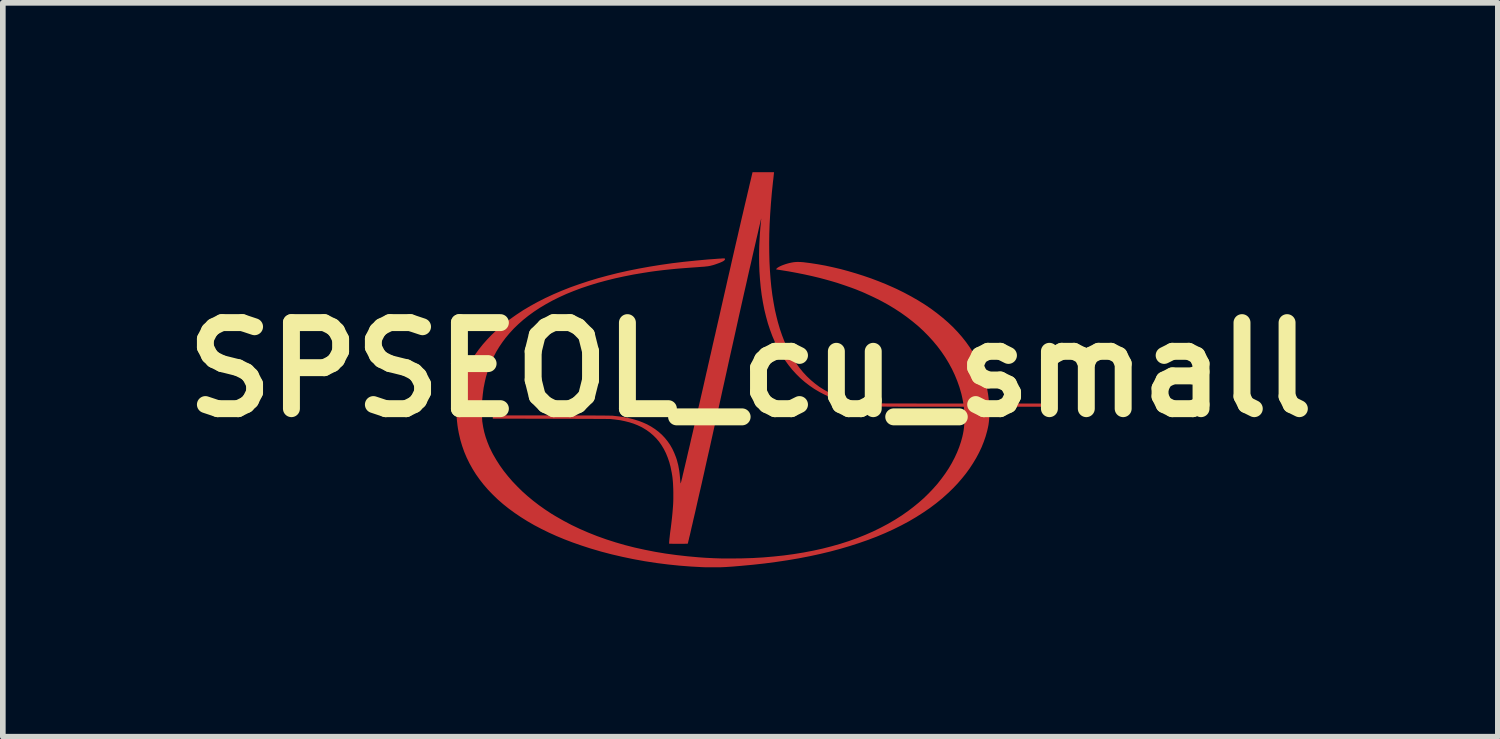
<source format=kicad_pcb>
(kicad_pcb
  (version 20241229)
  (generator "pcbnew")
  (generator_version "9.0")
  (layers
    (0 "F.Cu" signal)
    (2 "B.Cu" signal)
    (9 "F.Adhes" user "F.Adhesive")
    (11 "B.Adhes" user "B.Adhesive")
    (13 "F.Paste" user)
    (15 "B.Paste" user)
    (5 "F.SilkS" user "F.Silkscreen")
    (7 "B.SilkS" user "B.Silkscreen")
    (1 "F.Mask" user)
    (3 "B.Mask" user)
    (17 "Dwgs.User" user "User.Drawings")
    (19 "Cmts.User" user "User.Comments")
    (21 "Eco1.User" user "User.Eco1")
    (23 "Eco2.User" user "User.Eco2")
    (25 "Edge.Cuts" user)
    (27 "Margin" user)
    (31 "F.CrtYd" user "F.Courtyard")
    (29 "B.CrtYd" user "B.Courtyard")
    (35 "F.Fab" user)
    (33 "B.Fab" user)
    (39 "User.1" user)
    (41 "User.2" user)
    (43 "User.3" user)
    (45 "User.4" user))
  (footprint "SPSEOL_cu_small"
    (layer "F.Cu")
    (at 10.24 3.499)
    (property "Reference" "SPSEOL_cu_small" (at 0 0 0) (layer "F.SilkS") (effects (font (size 1.524 1.524) (thickness 0.3))))
    (attr board_only exclude_from_pos_files exclude_from_bom)
    (fp_poly (pts (xy 0.325 -3.499) (xy 0.351 -3.499) (xy 0.374 -3.499) (xy 0.393 -3.499) (xy 0.407 -3.499) (xy 0.417 -3.498) (xy 0.42 -3.498) (xy 0.42 -3.498) (xy 0.42 -3.494) (xy 0.419 -3.485) (xy 0.417 -3.471) (xy 0.415 -3.452) (xy 0.413 -3.43) (xy 0.41 -3.404) (xy 0.407 -3.375) (xy 0.403 -3.344) (xy 0.401 -3.326) (xy 0.381 -3.134) (xy 0.365 -2.946) (xy 0.352 -2.763) (xy 0.342 -2.584) (xy 0.336 -2.41) (xy 0.334 -2.24) (xy 0.335 -2.076) (xy 0.339 -1.915) (xy 0.347 -1.76) (xy 0.358 -1.61) (xy 0.372 -1.465) (xy 0.39 -1.324) (xy 0.412 -1.189) (xy 0.436 -1.059) (xy 0.465 -0.934) (xy 0.489 -0.84) (xy 0.524 -0.721) (xy 0.563 -0.607) (xy 0.605 -0.499) (xy 0.651 -0.396) (xy 0.701 -0.297) (xy 0.754 -0.204) (xy 0.81 -0.116) (xy 0.871 -0.033) (xy 0.934 0.044) (xy 1.002 0.117) (xy 1.073 0.184) (xy 1.147 0.246) (xy 1.225 0.304) (xy 1.306 0.355) (xy 1.391 0.402) (xy 1.48 0.444) (xy 1.572 0.48) (xy 1.598 0.489) (xy 1.66 0.509) (xy 1.722 0.527) (xy 1.784 0.543) (xy 1.847 0.556) (xy 1.914 0.568) (xy 1.983 0.578) (xy 2.058 0.587) (xy 2.092 0.59) (xy 2.099 0.591) (xy 2.106 0.591) (xy 2.113 0.592) (xy 2.121 0.592) (xy 2.129 0.593) (xy 2.138 0.593) (xy 2.148 0.594) (xy 2.159 0.594) (xy 2.172 0.594) (xy 2.187 0.595) (xy 2.203 0.595) (xy 2.222 0.595) (xy 2.244 0.596) (xy 2.268 0.596) (xy 2.295 0.596) (xy 2.326 0.596) (xy 2.36 0.596) (xy 2.398 0.597) (xy 2.44 0.597) (xy 2.486 0.597) (xy 2.537 0.597) (xy 2.592 0.597) (xy 2.652 0.597) (xy 2.718 0.597) (xy 2.789 0.597) (xy 2.866 0.597) (xy 2.949 0.598) (xy 2.967 0.598) (xy 3.773 0.599) (xy 3.771 0.585) (xy 3.768 0.568) (xy 3.764 0.547) (xy 3.759 0.522) (xy 3.754 0.497) (xy 3.748 0.471) (xy 3.743 0.448) (xy 3.738 0.428) (xy 3.736 0.42) (xy 3.704 0.309) (xy 3.665 0.199) (xy 3.621 0.092) (xy 3.571 -0.014) (xy 3.515 -0.117) (xy 3.454 -0.218) (xy 3.387 -0.317) (xy 3.315 -0.413) (xy 3.237 -0.507) (xy 3.154 -0.598) (xy 3.066 -0.687) (xy 2.973 -0.773) (xy 2.874 -0.855) (xy 2.771 -0.935) (xy 2.663 -1.012) (xy 2.549 -1.086) (xy 2.432 -1.156) (xy 2.341 -1.206) (xy 2.294 -1.231) (xy 2.244 -1.256) (xy 2.191 -1.282) (xy 2.136 -1.308) (xy 2.081 -1.333) (xy 2.027 -1.358) (xy 1.974 -1.381) (xy 1.924 -1.401) (xy 1.878 -1.42) (xy 1.857 -1.428) (xy 1.787 -1.454) (xy 1.721 -1.477) (xy 1.658 -1.499) (xy 1.598 -1.519) (xy 1.538 -1.539) (xy 1.478 -1.557) (xy 1.416 -1.575) (xy 1.352 -1.593) (xy 1.225 -1.627) (xy 1.092 -1.659) (xy 0.955 -1.689) (xy 0.815 -1.717) (xy 0.673 -1.743) (xy 0.597 -1.755) (xy 0.568 -1.76) (xy 0.541 -1.764) (xy 0.517 -1.768) (xy 0.496 -1.771) (xy 0.479 -1.774) (xy 0.466 -1.776) (xy 0.458 -1.777) (xy 0.456 -1.778) (xy 0.457 -1.78) (xy 0.461 -1.786) (xy 0.467 -1.794) (xy 0.468 -1.795) (xy 0.482 -1.807) (xy 0.501 -1.819) (xy 0.526 -1.832) (xy 0.554 -1.845) (xy 0.585 -1.857) (xy 0.619 -1.869) (xy 0.655 -1.88) (xy 0.692 -1.89) (xy 0.73 -1.898) (xy 0.764 -1.904) (xy 0.791 -1.907) (xy 0.823 -1.909) (xy 0.858 -1.909) (xy 0.895 -1.908) (xy 0.932 -1.905) (xy 0.943 -1.904) (xy 1.069 -1.888) (xy 1.198 -1.868) (xy 1.33 -1.844) (xy 1.464 -1.815) (xy 1.6 -1.783) (xy 1.736 -1.746) (xy 1.872 -1.706) (xy 2.007 -1.663) (xy 2.141 -1.617) (xy 2.273 -1.567) (xy 2.402 -1.515) (xy 2.527 -1.46) (xy 2.591 -1.431) (xy 2.723 -1.366) (xy 2.85 -1.298) (xy 2.972 -1.228) (xy 3.088 -1.156) (xy 3.199 -1.081) (xy 3.304 -1.003) (xy 3.404 -0.923) (xy 3.499 -0.841) (xy 3.588 -0.757) (xy 3.671 -0.67) (xy 3.749 -0.581) (xy 3.821 -0.49) (xy 3.887 -0.397) (xy 3.948 -0.302) (xy 4.003 -0.205) (xy 4.052 -0.105) (xy 4.095 -0.004) (xy 4.132 0.099) (xy 4.157 0.179) (xy 4.173 0.24) (xy 4.188 0.304) (xy 4.2 0.369) (xy 4.211 0.432) (xy 4.219 0.493) (xy 4.221 0.514) (xy 4.223 0.535) (xy 4.225 0.554) (xy 4.226 0.57) (xy 4.228 0.582) (xy 4.229 0.59) (xy 4.229 0.591) (xy 4.23 0.598) (xy 5.208 0.598) (xy 5.208 0.655) (xy 4.232 0.655) (xy 4.233 0.744) (xy 4.233 0.797) (xy 4.232 0.846) (xy 4.229 0.891) (xy 4.224 0.934) (xy 4.218 0.978) (xy 4.209 1.023) (xy 4.198 1.071) (xy 4.194 1.088) (xy 4.167 1.183) (xy 4.134 1.278) (xy 4.096 1.373) (xy 4.051 1.468) (xy 4.001 1.562) (xy 3.945 1.655) (xy 3.885 1.747) (xy 3.819 1.838) (xy 3.748 1.926) (xy 3.672 2.014) (xy 3.592 2.098) (xy 3.507 2.181) (xy 3.502 2.185) (xy 3.4 2.277) (xy 3.292 2.365) (xy 3.179 2.45) (xy 3.06 2.531) (xy 2.936 2.61) (xy 2.807 2.686) (xy 2.672 2.758) (xy 2.533 2.827) (xy 2.388 2.893) (xy 2.238 2.956) (xy 2.083 3.015) (xy 1.922 3.071) (xy 1.757 3.124) (xy 1.587 3.174) (xy 1.411 3.221) (xy 1.231 3.264) (xy 1.046 3.304) (xy 0.855 3.341) (xy 0.66 3.374) (xy 0.46 3.404) (xy 0.255 3.431) (xy 0.046 3.454) (xy -0.169 3.474) (xy -0.299 3.485) (xy -0.338 3.488) (xy -0.371 3.49) (xy -0.4 3.492) (xy -0.426 3.494) (xy -0.45 3.495) (xy -0.471 3.496) (xy -0.493 3.497) (xy -0.515 3.498) (xy -0.538 3.498) (xy -0.564 3.498) (xy -0.593 3.498) (xy -0.627 3.499) (xy -0.66 3.499) (xy -0.693 3.499) (xy -0.726 3.499) (xy -0.757 3.498) (xy -0.786 3.498) (xy -0.811 3.498) (xy -0.832 3.497) (xy -0.843 3.497) (xy -1.049 3.486) (xy -1.255 3.47) (xy -1.459 3.449) (xy -1.663 3.423) (xy -1.865 3.392) (xy -2.064 3.356) (xy -2.261 3.315) (xy -2.455 3.27) (xy -2.646 3.22) (xy -2.833 3.165) (xy -2.836 3.164) (xy -2.993 3.113) (xy -3.145 3.06) (xy -3.292 3.004) (xy -3.434 2.945) (xy -3.571 2.883) (xy -3.703 2.818) (xy -3.829 2.752) (xy -3.95 2.682) (xy -4.065 2.61) (xy -4.176 2.535) (xy -4.281 2.458) (xy -4.38 2.379) (xy -4.474 2.297) (xy -4.562 2.212) (xy -4.645 2.126) (xy -4.722 2.037) (xy -4.794 1.945) (xy -4.86 1.852) (xy -4.92 1.756) (xy -4.975 1.657) (xy -5.024 1.557) (xy -5.067 1.455) (xy -5.104 1.35) (xy -5.136 1.243) (xy -5.161 1.135) (xy -5.167 1.105) (xy -5.178 1.046) (xy -5.187 0.985) (xy -5.194 0.925) (xy -5.2 0.866) (xy -5.203 0.811) (xy -5.205 0.76) (xy -5.205 0.75) (xy -5.202 0.649) (xy -5.192 0.549) (xy -5.177 0.449) (xy -5.155 0.35) (xy -5.128 0.251) (xy -5.094 0.153) (xy -5.055 0.056) (xy -5.01 -0.04) (xy -4.959 -0.134) (xy -4.903 -0.226) (xy -4.877 -0.265) (xy -4.811 -0.357) (xy -4.739 -0.448) (xy -4.661 -0.536) (xy -4.578 -0.622) (xy -4.49 -0.706) (xy -4.396 -0.787) (xy -4.298 -0.865) (xy -4.259 -0.894) (xy -4.144 -0.975) (xy -4.024 -1.054) (xy -3.898 -1.129) (xy -3.767 -1.201) (xy -3.631 -1.27) (xy -3.489 -1.336) (xy -3.342 -1.399) (xy -3.19 -1.459) (xy -3.032 -1.515) (xy -2.869 -1.569) (xy -2.701 -1.62) (xy -2.528 -1.667) (xy -2.35 -1.712) (xy -2.167 -1.753) (xy -1.978 -1.791) (xy -1.785 -1.826) (xy -1.586 -1.858) (xy -1.383 -1.887) (xy -1.175 -1.912) (xy -0.961 -1.934) (xy -0.743 -1.954) (xy -0.616 -1.963) (xy -0.58 -1.966) (xy -0.55 -1.968) (xy -0.525 -1.969) (xy -0.505 -1.971) (xy -0.489 -1.972) (xy -0.477 -1.972) (xy -0.468 -1.972) (xy -0.462 -1.972) (xy -0.457 -1.972) (xy -0.454 -1.971) (xy -0.453 -1.97) (xy -0.452 -1.969) (xy -0.448 -1.959) (xy -0.451 -1.949) (xy -0.46 -1.938) (xy -0.474 -1.927) (xy -0.489 -1.918) (xy -0.506 -1.91) (xy -0.528 -1.9) (xy -0.553 -1.89) (xy -0.581 -1.88) (xy -0.609 -1.87) (xy -0.638 -1.86) (xy -0.665 -1.852) (xy -0.689 -1.846) (xy -0.704 -1.842) (xy -0.719 -1.839) (xy -0.734 -1.836) (xy -0.75 -1.833) (xy -0.769 -1.831) (xy -0.789 -1.829) (xy -0.813 -1.826) (xy -0.841 -1.824) (xy -0.873 -1.822) (xy -0.91 -1.819) (xy -0.934 -1.817) (xy -1.034 -1.81) (xy -1.129 -1.803) (xy -1.219 -1.796) (xy -1.305 -1.789) (xy -1.386 -1.781) (xy -1.465 -1.773) (xy -1.54 -1.765) (xy -1.614 -1.756) (xy -1.687 -1.747) (xy -1.759 -1.737) (xy -1.83 -1.726) (xy -1.9 -1.715) (xy -2.072 -1.686) (xy -2.238 -1.653) (xy -2.399 -1.618) (xy -2.555 -1.579) (xy -2.706 -1.538) (xy -2.852 -1.493) (xy -2.993 -1.446) (xy -3.128 -1.395) (xy -3.259 -1.342) (xy -3.384 -1.285) (xy -3.503 -1.226) (xy -3.618 -1.163) (xy -3.727 -1.098) (xy -3.83 -1.03) (xy -3.928 -0.959) (xy -4.021 -0.885) (xy -4.108 -0.808) (xy -4.19 -0.729) (xy -4.266 -0.646) (xy -4.337 -0.561) (xy -4.39 -0.49) (xy -4.448 -0.405) (xy -4.5 -0.319) (xy -4.546 -0.231) (xy -4.588 -0.141) (xy -4.625 -0.048) (xy -4.654 0.034) (xy -4.663 0.064) (xy -4.671 0.09) (xy -4.678 0.113) (xy -4.684 0.134) (xy -4.689 0.157) (xy -4.695 0.181) (xy -4.701 0.208) (xy -4.707 0.236) (xy -4.713 0.267) (xy -4.718 0.293) (xy -4.723 0.316) (xy -4.726 0.337) (xy -4.729 0.358) (xy -4.732 0.381) (xy -4.735 0.407) (xy -4.739 0.436) (xy -4.74 0.448) (xy -4.751 0.556) (xy -4.752 0.719) (xy -4.752 0.757) (xy -4.751 0.79) (xy -4.751 0.817) (xy -4.751 0.84) (xy -4.751 0.86) (xy -4.75 0.877) (xy -4.749 0.891) (xy -4.749 0.904) (xy -4.748 0.915) (xy -4.746 0.927) (xy -4.746 0.928) (xy -4.732 1.016) (xy -4.713 1.104) (xy -4.688 1.192) (xy -4.657 1.28) (xy -4.621 1.369) (xy -4.578 1.458) (xy -4.556 1.5) (xy -4.499 1.598) (xy -4.437 1.695) (xy -4.369 1.79) (xy -4.295 1.883) (xy -4.216 1.975) (xy -4.131 2.064) (xy -4.042 2.152) (xy -3.947 2.237) (xy -3.848 2.319) (xy -3.744 2.399) (xy -3.635 2.476) (xy -3.523 2.55) (xy -3.448 2.595) (xy -3.31 2.674) (xy -3.168 2.749) (xy -3.021 2.819) (xy -2.869 2.885) (xy -2.713 2.947) (xy -2.553 3.004) (xy -2.388 3.057) (xy -2.219 3.106) (xy -2.046 3.15) (xy -1.868 3.189) (xy -1.686 3.225) (xy -1.5 3.256) (xy -1.31 3.282) (xy -1.115 3.304) (xy -0.917 3.322) (xy -0.902 3.323) (xy -0.834 3.328) (xy -0.77 3.332) (xy -0.708 3.335) (xy -0.648 3.338) (xy -0.588 3.34) (xy -0.527 3.342) (xy -0.463 3.343) (xy -0.395 3.343) (xy -0.34 3.343) (xy -0.146 3.341) (xy 0.045 3.335) (xy 0.232 3.324) (xy 0.415 3.308) (xy 0.595 3.289) (xy 0.771 3.265) (xy 0.943 3.237) (xy 1.111 3.205) (xy 1.276 3.169) (xy 1.436 3.128) (xy 1.592 3.084) (xy 1.744 3.035) (xy 1.892 2.982) (xy 2.035 2.925) (xy 2.174 2.864) (xy 2.309 2.798) (xy 2.439 2.729) (xy 2.564 2.656) (xy 2.685 2.579) (xy 2.801 2.497) (xy 2.889 2.43) (xy 2.983 2.353) (xy 3.073 2.274) (xy 3.158 2.191) (xy 3.239 2.106) (xy 3.315 2.02) (xy 3.385 1.931) (xy 3.451 1.841) (xy 3.512 1.749) (xy 3.567 1.656) (xy 3.617 1.561) (xy 3.661 1.466) (xy 3.699 1.371) (xy 3.731 1.275) (xy 3.755 1.188) (xy 3.767 1.134) (xy 3.777 1.08) (xy 3.784 1.026) (xy 3.789 0.97) (xy 3.792 0.912) (xy 3.792 0.852) (xy 3.79 0.787) (xy 3.786 0.717) (xy 3.785 0.7) (xy 3.781 0.655) (xy 3.079 0.655) (xy 2.992 0.655) (xy 2.91 0.655) (xy 2.834 0.655) (xy 2.764 0.655) (xy 2.699 0.655) (xy 2.639 0.655) (xy 2.583 0.654) (xy 2.532 0.654) (xy 2.485 0.654) (xy 2.442 0.654) (xy 2.402 0.653) (xy 2.366 0.653) (xy 2.333 0.652) (xy 2.302 0.652) (xy 2.274 0.651) (xy 2.249 0.65) (xy 2.225 0.65) (xy 2.203 0.649) (xy 2.182 0.648) (xy 2.162 0.647) (xy 2.144 0.646) (xy 2.126 0.644) (xy 2.108 0.643) (xy 2.09 0.642) (xy 2.076 0.641) (xy 1.957 0.628) (xy 1.842 0.609) (xy 1.73 0.586) (xy 1.622 0.558) (xy 1.517 0.525) (xy 1.416 0.486) (xy 1.319 0.443) (xy 1.225 0.394) (xy 1.135 0.341) (xy 1.049 0.282) (xy 0.967 0.219) (xy 0.888 0.151) (xy 0.813 0.077) (xy 0.742 -0.001) (xy 0.675 -0.084) (xy 0.612 -0.172) (xy 0.594 -0.198) (xy 0.538 -0.29) (xy 0.485 -0.387) (xy 0.436 -0.489) (xy 0.39 -0.596) (xy 0.349 -0.707) (xy 0.311 -0.822) (xy 0.278 -0.942) (xy 0.248 -1.065) (xy 0.223 -1.193) (xy 0.201 -1.325) (xy 0.184 -1.46) (xy 0.171 -1.6) (xy 0.161 -1.742) (xy 0.156 -1.889) (xy 0.155 -2.038) (xy 0.158 -2.191) (xy 0.165 -2.334) (xy 0.167 -2.367) (xy 0.169 -2.404) (xy 0.172 -2.442) (xy 0.175 -2.482) (xy 0.178 -2.521) (xy 0.182 -2.559) (xy 0.185 -2.594) (xy 0.188 -2.624) (xy 0.189 -2.637) (xy 0.191 -2.652) (xy 0.192 -2.665) (xy 0.193 -2.674) (xy 0.193 -2.678) (xy 0.193 -2.678) (xy 0.192 -2.676) (xy 0.19 -2.668) (xy 0.187 -2.658) (xy 0.186 -2.65) (xy 0.184 -2.643) (xy 0.181 -2.63) (xy 0.177 -2.612) (xy 0.172 -2.589) (xy 0.165 -2.562) (xy 0.158 -2.532) (xy 0.15 -2.498) (xy 0.142 -2.462) (xy 0.133 -2.423) (xy 0.124 -2.383) (xy 0.114 -2.342) (xy 0.091 -2.24) (xy 0.066 -2.132) (xy 0.04 -2.019) (xy 0.013 -1.899) (xy -0.016 -1.775) (xy -0.045 -1.646) (xy -0.075 -1.511) (xy -0.107 -1.373) (xy -0.139 -1.23) (xy -0.172 -1.083) (xy -0.206 -0.931) (xy -0.24 -0.777) (xy -0.275 -0.619) (xy -0.311 -0.457) (xy -0.348 -0.293) (xy -0.385 -0.126) (xy -0.422 0.044) (xy -0.426 0.061) (xy -0.461 0.219) (xy -0.495 0.371) (xy -0.527 0.518) (xy -0.558 0.659) (xy -0.589 0.794) (xy -0.618 0.925) (xy -0.646 1.051) (xy -0.673 1.173) (xy -0.699 1.29) (xy -0.724 1.404) (xy -0.749 1.513) (xy -0.773 1.62) (xy -0.796 1.722) (xy -0.818 1.822) (xy -0.84 1.919) (xy -0.861 2.013) (xy -0.882 2.105) (xy -0.903 2.195) (xy -0.923 2.283) (xy -0.942 2.366) (xy -0.96 2.446) (xy -0.977 2.522) (xy -0.994 2.594) (xy -1.01 2.662) (xy -1.024 2.725) (xy -1.038 2.783) (xy -1.05 2.836) (xy -1.061 2.885) (xy -1.071 2.929) (xy -1.081 2.967) (xy -1.088 3) (xy -1.095 3.027) (xy -1.1 3.049) (xy -1.104 3.066) (xy -1.107 3.076) (xy -1.109 3.081) (xy -1.109 3.081) (xy -1.112 3.081) (xy -1.121 3.082) (xy -1.136 3.082) (xy -1.154 3.082) (xy -1.177 3.083) (xy -1.203 3.083) (xy -1.232 3.083) (xy -1.262 3.083) (xy -1.274 3.083) (xy -1.437 3.082) (xy -1.438 3.07) (xy -1.438 3.06) (xy -1.437 3.044) (xy -1.435 3.022) (xy -1.433 2.995) (xy -1.429 2.963) (xy -1.425 2.926) (xy -1.42 2.883) (xy -1.414 2.837) (xy -1.413 2.835) (xy -1.404 2.763) (xy -1.396 2.696) (xy -1.389 2.635) (xy -1.383 2.577) (xy -1.378 2.524) (xy -1.374 2.473) (xy -1.37 2.425) (xy -1.367 2.379) (xy -1.365 2.333) (xy -1.364 2.289) (xy -1.364 2.244) (xy -1.364 2.199) (xy -1.364 2.165) (xy -1.365 2.112) (xy -1.367 2.064) (xy -1.369 2.02) (xy -1.372 1.979) (xy -1.376 1.939) (xy -1.38 1.9) (xy -1.386 1.861) (xy -1.393 1.819) (xy -1.395 1.81) (xy -1.413 1.72) (xy -1.436 1.635) (xy -1.464 1.554) (xy -1.495 1.478) (xy -1.531 1.406) (xy -1.572 1.338) (xy -1.616 1.275) (xy -1.665 1.217) (xy -1.719 1.163) (xy -1.776 1.114) (xy -1.838 1.069) (xy -1.904 1.029) (xy -1.927 1.016) (xy -1.995 0.984) (xy -2.067 0.955) (xy -2.143 0.931) (xy -2.223 0.911) (xy -2.305 0.894) (xy -2.389 0.883) (xy -2.392 0.882) (xy -2.413 0.88) (xy -2.433 0.878) (xy -2.451 0.876) (xy -2.464 0.874) (xy -2.474 0.873) (xy -2.475 0.873) (xy -2.48 0.872) (xy -2.49 0.872) (xy -2.506 0.872) (xy -2.527 0.872) (xy -2.554 0.872) (xy -2.586 0.871) (xy -2.623 0.871) (xy -2.665 0.871) (xy -2.711 0.871) (xy -2.761 0.871) (xy -2.815 0.87) (xy -2.872 0.87) (xy -2.933 0.87) (xy -2.998 0.87) (xy -3.065 0.87) (xy -3.135 0.869) (xy -3.207 0.869) (xy -3.282 0.869) (xy -3.359 0.869) (xy -3.438 0.869) (xy -3.518 0.868) (xy -3.525 0.868) (xy -4.561 0.866) (xy -4.563 0.808) (xy -3.523 0.809) (xy -3.426 0.809) (xy -3.336 0.809) (xy -3.251 0.81) (xy -3.172 0.81) (xy -3.099 0.81) (xy -3.031 0.81) (xy -2.967 0.81) (xy -2.909 0.81) (xy -2.855 0.81) (xy -2.806 0.81) (xy -2.76 0.81) (xy -2.719 0.811) (xy -2.681 0.811) (xy -2.647 0.811) (xy -2.617 0.811) (xy -2.589 0.811) (xy -2.565 0.812) (xy -2.543 0.812) (xy -2.523 0.812) (xy -2.506 0.812) (xy -2.491 0.813) (xy -2.478 0.813) (xy -2.467 0.813) (xy -2.457 0.814) (xy -2.448 0.814) (xy -2.44 0.814) (xy -2.434 0.815) (xy -2.427 0.815) (xy -2.424 0.816) (xy -2.324 0.827) (xy -2.23 0.841) (xy -2.141 0.859) (xy -2.056 0.881) (xy -1.976 0.906) (xy -1.901 0.935) (xy -1.829 0.967) (xy -1.762 1.004) (xy -1.755 1.008) (xy -1.687 1.052) (xy -1.624 1.1) (xy -1.566 1.152) (xy -1.513 1.208) (xy -1.464 1.269) (xy -1.42 1.333) (xy -1.381 1.401) (xy -1.347 1.474) (xy -1.317 1.55) (xy -1.316 1.553) (xy -1.301 1.598) (xy -1.289 1.644) (xy -1.277 1.69) (xy -1.268 1.739) (xy -1.259 1.791) (xy -1.252 1.846) (xy -1.246 1.906) (xy -1.243 1.946) (xy -1.241 1.965) (xy -1.239 1.982) (xy -1.238 1.996) (xy -1.236 2.007) (xy -1.235 2.011) (xy -1.235 2.012) (xy -1.234 2.012) (xy -1.233 2.011) (xy -1.232 2.009) (xy -1.231 2.005) (xy -1.229 1.999) (xy -1.227 1.991) (xy -1.224 1.98) (xy -1.221 1.967) (xy -1.217 1.95) (xy -1.212 1.931) (xy -1.206 1.908) (xy -1.2 1.88) (xy -1.193 1.849) (xy -1.184 1.814) (xy -1.175 1.773) (xy -1.164 1.728) (xy -1.152 1.677) (xy -1.139 1.621) (xy -1.124 1.559) (xy -1.123 1.553) (xy -1.099 1.449) (xy -1.073 1.34) (xy -1.047 1.225) (xy -1.019 1.106) (xy -0.991 0.983) (xy -0.961 0.857) (xy -0.932 0.727) (xy -0.901 0.595) (xy -0.87 0.46) (xy -0.839 0.325) (xy -0.808 0.188) (xy -0.777 0.05) (xy -0.761 -0.017) (xy -0.756 -0.04) (xy -0.75 -0.069) (xy -0.742 -0.103) (xy -0.733 -0.142) (xy -0.723 -0.185) (xy -0.713 -0.232) (xy -0.701 -0.282) (xy -0.689 -0.336) (xy -0.676 -0.393) (xy -0.663 -0.452) (xy -0.649 -0.512) (xy -0.635 -0.574) (xy -0.62 -0.637) (xy -0.606 -0.701) (xy -0.591 -0.765) (xy -0.58 -0.815) (xy -0.547 -0.958) (xy -0.516 -1.096) (xy -0.486 -1.228) (xy -0.457 -1.355) (xy -0.429 -1.477) (xy -0.403 -1.594) (xy -0.377 -1.706) (xy -0.352 -1.814) (xy -0.329 -1.917) (xy -0.306 -2.017) (xy -0.284 -2.113) (xy -0.263 -2.205) (xy -0.242 -2.295) (xy -0.222 -2.381) (xy -0.203 -2.465) (xy -0.184 -2.546) (xy -0.166 -2.626) (xy -0.148 -2.703) (xy -0.13 -2.778) (xy -0.113 -2.852) (xy -0.096 -2.925) (xy -0.079 -2.997) (xy -0.062 -3.068) (xy -0.046 -3.138) (xy -0.029 -3.209) (xy -0.013 -3.279) (xy 0.004 -3.349) (xy 0.012 -3.383) (xy 0.039 -3.499) (xy 0.23 -3.499) (xy 0.264 -3.499) (xy 0.295 -3.499)) (stroke (width 0) (type solid)) (fill yes) (layer "F.Cu")))
  (gr_rect
    (start -3 -3)
    (end 23.48 9.998)
    (stroke (width 0.1) (type default))
    (fill no)
    (layer "Edge.Cuts")))
</source>
